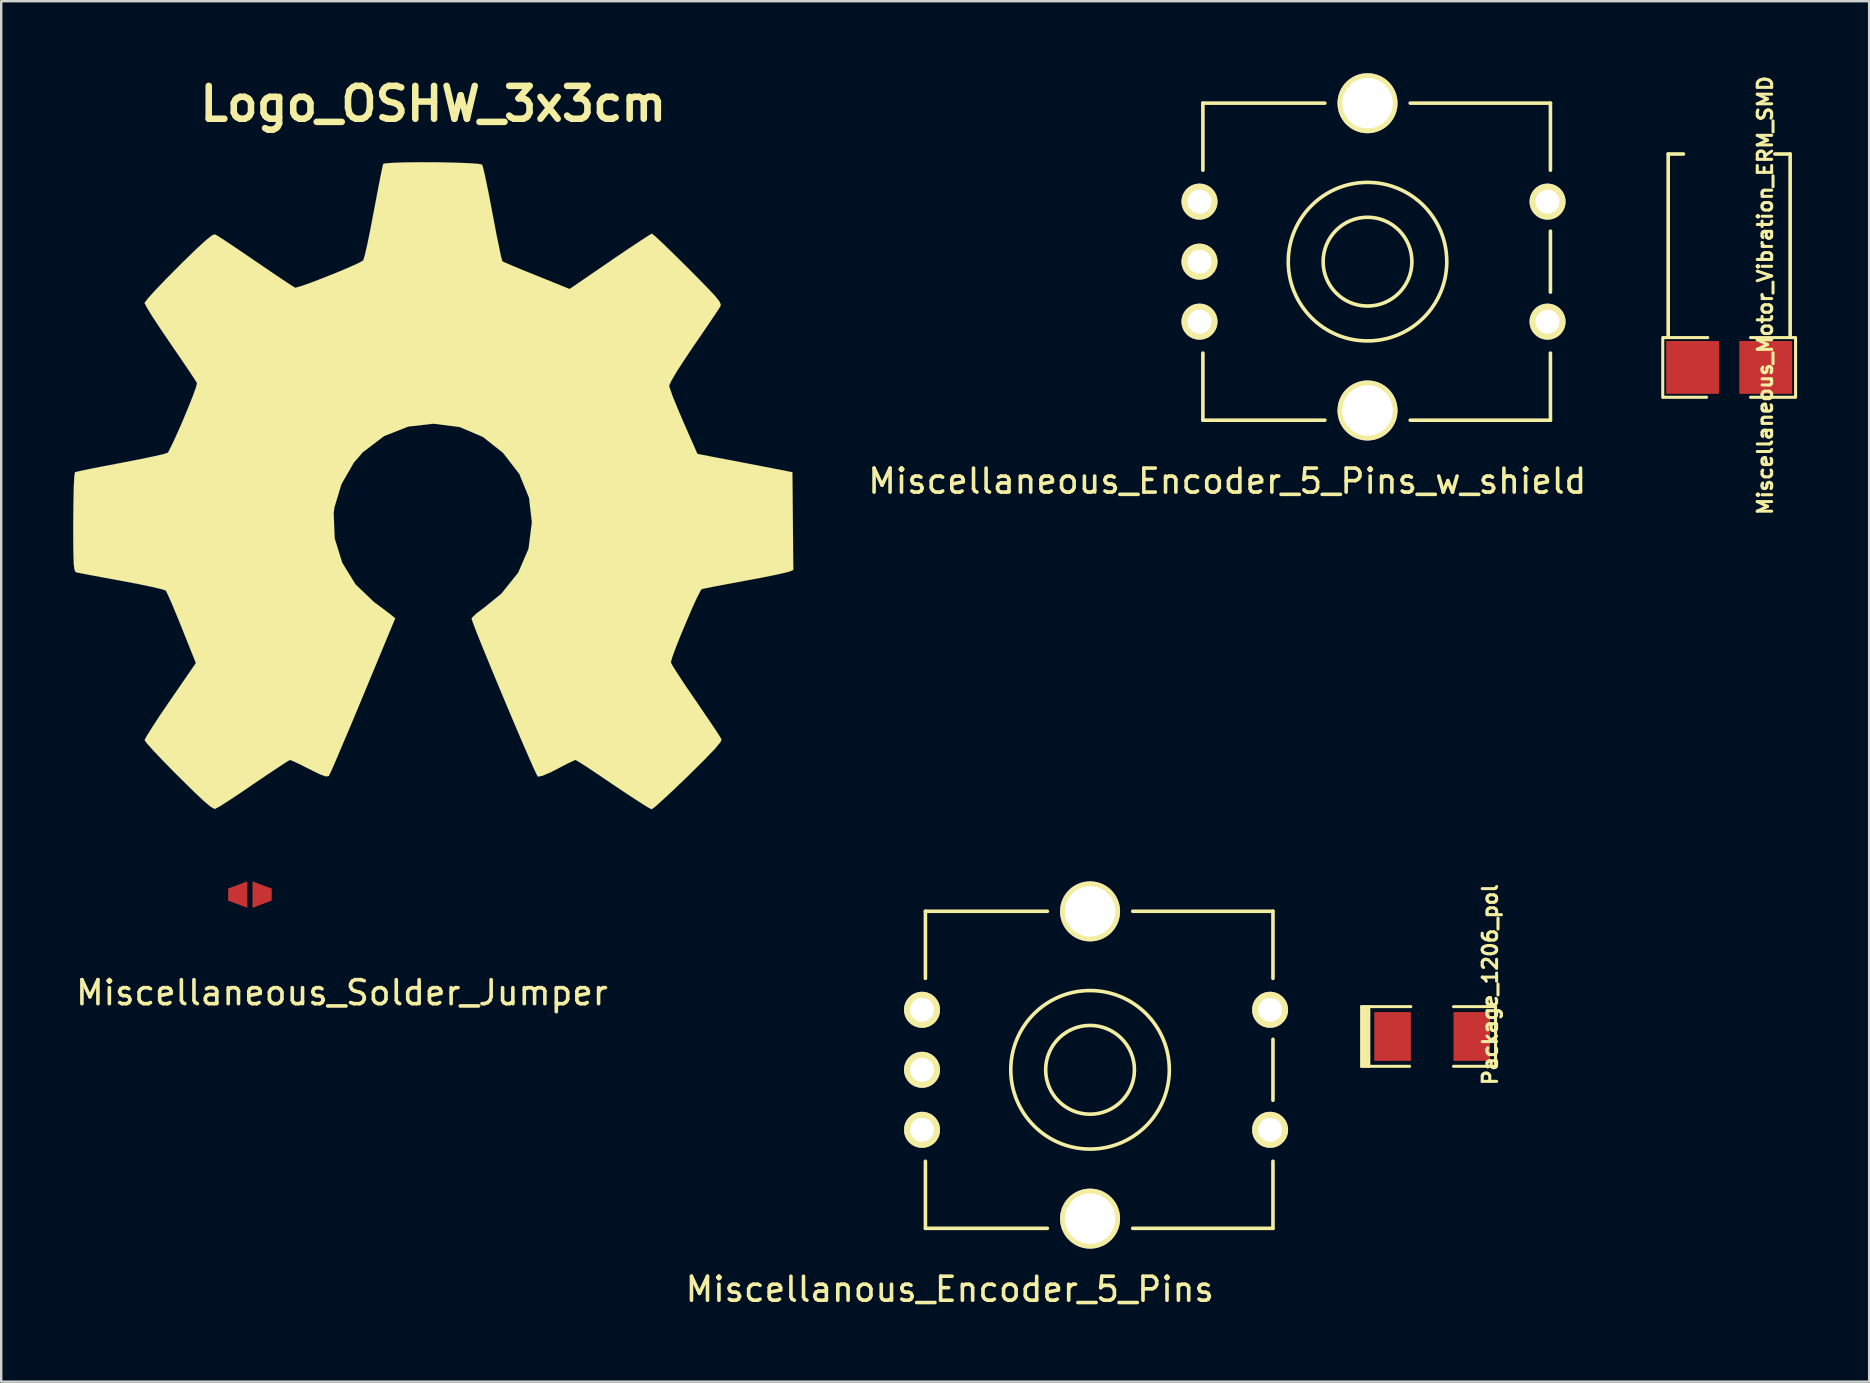
<source format=kicad_pcb>
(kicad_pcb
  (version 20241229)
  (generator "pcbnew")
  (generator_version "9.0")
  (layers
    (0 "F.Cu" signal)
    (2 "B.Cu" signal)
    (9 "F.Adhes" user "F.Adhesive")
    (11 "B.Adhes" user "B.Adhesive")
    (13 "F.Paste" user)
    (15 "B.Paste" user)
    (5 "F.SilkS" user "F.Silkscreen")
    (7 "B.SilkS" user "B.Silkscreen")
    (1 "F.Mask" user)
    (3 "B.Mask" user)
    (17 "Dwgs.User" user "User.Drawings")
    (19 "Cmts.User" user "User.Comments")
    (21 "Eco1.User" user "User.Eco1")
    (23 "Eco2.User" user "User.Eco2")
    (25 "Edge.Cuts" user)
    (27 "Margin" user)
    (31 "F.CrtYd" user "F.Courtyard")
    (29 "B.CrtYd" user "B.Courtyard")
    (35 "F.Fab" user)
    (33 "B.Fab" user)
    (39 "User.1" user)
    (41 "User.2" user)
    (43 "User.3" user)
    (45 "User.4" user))
  (footprint "Miscellaneous_Solder_Jumper"
    (layer "F.Cu")
    (at 7.361 34.217)
    (property "Reference" "Miscellaneous_Solder_Jumper" (at 3.835 4.089 0) (layer "F.SilkS") (effects (font (size 1 1) (thickness 0.15))))
    (attr through_hole)
    (pad "1" smd trapezoid (at -0.508 0) (size 0.8 0.8) (rect_delta -0.3 0) (layers "F.Cu" "F.Mask" "F.Paste"))
    (pad "2" smd trapezoid (at 0.508 0) (size 0.8 0.8) (rect_delta 0.3 0) (layers "F.Cu" "F.Mask" "F.Paste")))
  (footprint "Miscellanous_Encoder_5_Pins"
    (layer "F.Cu")
    (at 42.36 41.517)
    (property "Reference" "Miscellanous_Encoder_5_Pins" (at -5.842 9.144 0) (layer "F.SilkS") (effects (font (size 1 1) (thickness 0.15))))
    (attr through_hole)
    (fp_line (start -6.858 -6.604) (end -6.858 -3.81) (stroke (width 0.15) (type solid)) (layer "F.SilkS"))
    (fp_line (start -6.858 -6.604) (end -1.778 -6.604) (stroke (width 0.15) (type solid)) (layer "F.SilkS"))
    (fp_line (start -6.858 3.81) (end -6.858 6.604) (stroke (width 0.15) (type solid)) (layer "F.SilkS"))
    (fp_line (start -6.858 6.604) (end -1.778 6.604) (stroke (width 0.15) (type solid)) (layer "F.SilkS"))
    (fp_line (start 1.778 -6.604) (end 7.62 -6.604) (stroke (width 0.15) (type solid)) (layer "F.SilkS"))
    (fp_line (start 7.62 -6.604) (end 7.62 -3.81) (stroke (width 0.15) (type solid)) (layer "F.SilkS"))
    (fp_line (start 7.62 1.27) (end 7.62 -1.27) (stroke (width 0.15) (type solid)) (layer "F.SilkS"))
    (fp_line (start 7.62 3.81) (end 7.62 6.604) (stroke (width 0.15) (type solid)) (layer "F.SilkS"))
    (fp_line (start 7.62 6.604) (end 1.778 6.604) (stroke (width 0.15) (type solid)) (layer "F.SilkS"))
    (fp_circle (center 0 0) (end -1.27 -3.048) (stroke (width 0.15) (type solid)) (fill no) (layer "F.SilkS"))
    (fp_circle (center 0 0) (end -0.508 -1.778) (stroke (width 0.15) (type solid)) (fill no) (layer "F.SilkS"))
    (pad "" np_thru_hole circle (at 0 -6.6) (size 2.5 2.5) (drill 2.1) (layers "*.Cu" "*.Mask" "F.SilkS"))
    (pad "" np_thru_hole circle (at 0 6.2) (size 2.5 2.5) (drill 2.1) (layers "*.Cu" "*.Mask" "F.SilkS"))
    (pad "1" thru_hole circle (at -7 -2.5) (size 1.5 1.5) (drill 1) (layers "*.Cu" "*.Mask" "F.SilkS"))
    (pad "2" thru_hole circle (at -7 0) (size 1.5 1.5) (drill 1) (layers "*.Cu" "*.Mask" "F.SilkS"))
    (pad "3" thru_hole circle (at -7 2.5) (size 1.5 1.5) (drill 1) (layers "*.Cu" "*.Mask" "F.SilkS"))
    (pad "4" thru_hole circle (at 7.5 -2.5) (size 1.5 1.5) (drill 1) (layers "*.Cu" "*.Mask" "F.SilkS"))
    (pad "5" thru_hole circle (at 7.5 2.5) (size 1.5 1.5) (drill 1) (layers "*.Cu" "*.Mask" "F.SilkS")))
  (footprint "Miscellaneous_Encoder_5_Pins_w_shield"
    (layer "F.Cu")
    (at 53.919 7.85)
    (property "Reference" "Miscellaneous_Encoder_5_Pins_w_shield" (at -5.842 9.144 0) (layer "F.SilkS") (effects (font (size 1 1) (thickness 0.15))))
    (attr through_hole)
    (fp_line (start -6.858 -6.604) (end -6.858 -3.81) (stroke (width 0.15) (type solid)) (layer "F.SilkS"))
    (fp_line (start -6.858 -6.604) (end -1.778 -6.604) (stroke (width 0.15) (type solid)) (layer "F.SilkS"))
    (fp_line (start -6.858 3.81) (end -6.858 6.604) (stroke (width 0.15) (type solid)) (layer "F.SilkS"))
    (fp_line (start -6.858 6.604) (end -1.778 6.604) (stroke (width 0.15) (type solid)) (layer "F.SilkS"))
    (fp_line (start 1.778 -6.604) (end 7.62 -6.604) (stroke (width 0.15) (type solid)) (layer "F.SilkS"))
    (fp_line (start 7.62 -6.604) (end 7.62 -3.81) (stroke (width 0.15) (type solid)) (layer "F.SilkS"))
    (fp_line (start 7.62 1.27) (end 7.62 -1.27) (stroke (width 0.15) (type solid)) (layer "F.SilkS"))
    (fp_line (start 7.62 3.81) (end 7.62 6.604) (stroke (width 0.15) (type solid)) (layer "F.SilkS"))
    (fp_line (start 7.62 6.604) (end 1.778 6.604) (stroke (width 0.15) (type solid)) (layer "F.SilkS"))
    (fp_circle (center 0 0) (end -1.27 -3.048) (stroke (width 0.15) (type solid)) (fill no) (layer "F.SilkS"))
    (fp_circle (center 0 0) (end -0.508 -1.778) (stroke (width 0.15) (type solid)) (fill no) (layer "F.SilkS"))
    (pad "1" thru_hole circle (at -7 -2.5) (size 1.5 1.5) (drill 1) (layers "*.Cu" "*.Mask" "F.SilkS"))
    (pad "2" thru_hole circle (at -7 0) (size 1.5 1.5) (drill 1) (layers "*.Cu" "*.Mask" "F.SilkS"))
    (pad "3" thru_hole circle (at -7 2.5) (size 1.5 1.5) (drill 1) (layers "*.Cu" "*.Mask" "F.SilkS"))
    (pad "4" thru_hole circle (at 7.5 -2.5) (size 1.5 1.5) (drill 1) (layers "*.Cu" "*.Mask" "F.SilkS"))
    (pad "5" thru_hole circle (at 7.5 2.5) (size 1.5 1.5) (drill 1) (layers "*.Cu" "*.Mask" "F.SilkS"))
    (pad "SHLD" thru_hole circle (at 0 -6.6) (size 2.5 2.5) (drill 2.1) (layers "*.Cu" "*.Mask" "F.SilkS"))
    (pad "SHLD" thru_hole circle (at 0 6.2) (size 2.5 2.5) (drill 2.1) (layers "*.Cu" "*.Mask" "F.SilkS")))
  (footprint "Package_1206_pol"
    (layer "F.Cu")
    (at 56.613 40.128)
    (property "Reference" "Package_1206_pol" (at 2.413 -2.159 90) (layer "F.SilkS") (effects (font (size 0.6 0.6) (thickness 0.127))))
    (attr smd)
    (fp_line (start -2.94 -1.243) (end -2.94 1.243) (stroke (width 0.127) (type solid)) (layer "F.SilkS"))
    (fp_line (start -2.94 1.243) (end -0.939 1.243) (stroke (width 0.127) (type solid)) (layer "F.SilkS"))
    (fp_line (start -2.84 -1.243) (end -2.84 1.243) (stroke (width 0.127) (type solid)) (layer "F.SilkS"))
    (fp_line (start -2.74 -1.243) (end -2.74 1.243) (stroke (width 0.127) (type solid)) (layer "F.SilkS"))
    (fp_line (start -2.64 -1.243) (end -2.64 1.243) (stroke (width 0.127) (type solid)) (layer "F.SilkS"))
    (fp_line (start -0.889 -1.243) (end -2.94 -1.243) (stroke (width 0.127) (type solid)) (layer "F.SilkS"))
    (fp_line (start 0.889 -1.243) (end 2.64 -1.243) (stroke (width 0.127) (type solid)) (layer "F.SilkS"))
    (fp_line (start 2.64 -1.243) (end 2.64 1.243) (stroke (width 0.127) (type solid)) (layer "F.SilkS"))
    (fp_line (start 2.64 1.243) (end 0.889 1.243) (stroke (width 0.127) (type solid)) (layer "F.SilkS"))
    (pad "1" smd rect (at -1.651 0) (size 1.524 2.032) (layers "F.Cu" "F.Mask" "F.Paste"))
    (pad "2" smd rect (at 1.651 0) (size 1.524 2.032) (layers "F.Cu" "F.Mask" "F.Paste")))
  (footprint "Logo_OSHW_3x3cm"
    (layer "F.Cu")
    (at 15 17.188)
    (property "Reference" "Logo_OSHW_3x3cm" (at 0 -15.911 180) (layer "F.SilkS") (effects (font (size 1.369 1.369) (thickness 0.272))))
    (attr through_hole)
    (fp_poly (pts (xy 9.096 13.477) (xy 8.938 13.393) (xy 8.585 13.172) (xy 8.085 12.845) (xy 7.493 12.449) (xy 6.899 12.047) (xy 6.411 11.72) (xy 6.068 11.501) (xy 5.926 11.42) (xy 5.85 11.448) (xy 5.565 11.585) (xy 5.156 11.798) (xy 4.92 11.92) (xy 4.542 12.083) (xy 4.356 12.116) (xy 4.326 12.065) (xy 4.188 11.775) (xy 3.97 11.285) (xy 3.688 10.635) (xy 3.363 9.873) (xy 3.018 9.053) (xy 2.667 8.214) (xy 2.337 7.417) (xy 2.042 6.698) (xy 1.808 6.114) (xy 1.654 5.71) (xy 1.595 5.535) (xy 1.613 5.497) (xy 1.801 5.314) (xy 2.131 5.067) (xy 2.837 4.493) (xy 3.538 3.617) (xy 3.967 2.624) (xy 4.107 1.519) (xy 3.988 0.498) (xy 3.584 -0.493) (xy 2.901 -1.377) (xy 2.068 -2.035) (xy 1.095 -2.449) (xy 0.003 -2.586) (xy -1.046 -2.466) (xy -2.052 -2.07) (xy -2.936 -1.397) (xy -3.31 -0.965) (xy -3.825 -0.069) (xy -4.117 0.894) (xy -4.15 1.14) (xy -4.107 2.192) (xy -3.795 3.2) (xy -3.239 4.107) (xy -2.466 4.846) (xy -2.37 4.915) (xy -2.012 5.182) (xy -1.77 5.367) (xy -1.585 5.519) (xy -2.926 8.75) (xy -3.139 9.263) (xy -3.508 10.145) (xy -3.833 10.907) (xy -4.089 11.511) (xy -4.267 11.915) (xy -4.348 12.078) (xy -4.356 12.088) (xy -4.473 12.108) (xy -4.722 12.019) (xy -5.171 11.798) (xy -5.469 11.646) (xy -5.812 11.481) (xy -5.966 11.42) (xy -6.096 11.491) (xy -6.426 11.707) (xy -6.906 12.027) (xy -7.485 12.418) (xy -8.031 12.791) (xy -8.539 13.127) (xy -8.91 13.363) (xy -9.086 13.457) (xy -9.116 13.457) (xy -9.276 13.368) (xy -9.563 13.127) (xy -10.005 12.71) (xy -10.627 12.095) (xy -10.721 12.004) (xy -11.232 11.481) (xy -11.648 11.046) (xy -11.928 10.734) (xy -12.027 10.594) (xy -12.027 10.592) (xy -11.935 10.417) (xy -11.704 10.051) (xy -11.369 9.538) (xy -10.96 8.938) (xy -9.891 7.384) (xy -10.477 5.918) (xy -10.658 5.469) (xy -10.886 4.923) (xy -11.057 4.536) (xy -11.143 4.366) (xy -11.303 4.31) (xy -11.707 4.214) (xy -12.286 4.092) (xy -12.979 3.962) (xy -13.64 3.84) (xy -14.239 3.729) (xy -14.671 3.645) (xy -14.864 3.607) (xy -14.91 3.579) (xy -14.95 3.485) (xy -14.976 3.282) (xy -14.991 2.918) (xy -14.999 2.347) (xy -14.999 1.519) (xy -14.999 1.43) (xy -14.991 0.64) (xy -14.976 0.013) (xy -14.953 -0.404) (xy -14.928 -0.566) (xy -14.925 -0.566) (xy -14.74 -0.612) (xy -14.318 -0.701) (xy -13.721 -0.818) (xy -13.007 -0.953) (xy -12.964 -0.963) (xy -12.253 -1.1) (xy -11.661 -1.224) (xy -11.245 -1.318) (xy -11.069 -1.374) (xy -11.031 -1.425) (xy -10.889 -1.702) (xy -10.686 -2.141) (xy -10.45 -2.677) (xy -10.218 -3.236) (xy -10.018 -3.736) (xy -9.883 -4.11) (xy -9.842 -4.28) (xy -9.845 -4.285) (xy -9.952 -4.455) (xy -10.196 -4.821) (xy -10.541 -5.331) (xy -10.955 -5.936) (xy -10.986 -5.982) (xy -11.392 -6.581) (xy -11.725 -7.087) (xy -11.946 -7.45) (xy -12.027 -7.612) (xy -12.027 -7.623) (xy -11.89 -7.803) (xy -11.585 -8.143) (xy -11.148 -8.6) (xy -10.622 -9.129) (xy -10.457 -9.294) (xy -9.873 -9.863) (xy -9.467 -10.234) (xy -9.215 -10.434) (xy -9.096 -10.477) (xy -9.091 -10.475) (xy -8.91 -10.366) (xy -8.532 -10.119) (xy -8.016 -9.771) (xy -7.409 -9.357) (xy -7.366 -9.327) (xy -6.767 -8.92) (xy -6.266 -8.583) (xy -5.913 -8.349) (xy -5.758 -8.255) (xy -5.73 -8.255) (xy -5.486 -8.326) (xy -5.06 -8.476) (xy -4.536 -8.679) (xy -3.98 -8.9) (xy -3.477 -9.114) (xy -3.099 -9.286) (xy -2.921 -9.388) (xy -2.916 -9.395) (xy -2.852 -9.611) (xy -2.748 -10.058) (xy -2.621 -10.678) (xy -2.482 -11.412) (xy -2.459 -11.529) (xy -2.324 -12.245) (xy -2.21 -12.835) (xy -2.126 -13.244) (xy -2.085 -13.411) (xy -1.984 -13.434) (xy -1.633 -13.459) (xy -1.1 -13.475) (xy -0.455 -13.48) (xy 0.229 -13.477) (xy 0.892 -13.462) (xy 1.458 -13.442) (xy 1.862 -13.414) (xy 2.032 -13.381) (xy 2.04 -13.371) (xy 2.101 -13.15) (xy 2.2 -12.7) (xy 2.327 -12.078) (xy 2.466 -11.344) (xy 2.492 -11.212) (xy 2.626 -10.5) (xy 2.746 -9.916) (xy 2.832 -9.512) (xy 2.878 -9.355) (xy 2.941 -9.322) (xy 3.236 -9.192) (xy 3.713 -8.994) (xy 4.305 -8.755) (xy 5.679 -8.199) (xy 7.361 -9.352) (xy 7.516 -9.459) (xy 8.123 -9.87) (xy 8.621 -10.201) (xy 8.966 -10.424) (xy 9.108 -10.505) (xy 9.121 -10.5) (xy 9.289 -10.353) (xy 9.622 -10.041) (xy 10.076 -9.599) (xy 10.61 -9.07) (xy 11.001 -8.677) (xy 11.463 -8.204) (xy 11.758 -7.887) (xy 11.918 -7.684) (xy 11.976 -7.559) (xy 11.961 -7.478) (xy 11.852 -7.305) (xy 11.605 -6.937) (xy 11.257 -6.424) (xy 10.848 -5.829) (xy 10.513 -5.331) (xy 10.145 -4.765) (xy 9.909 -4.361) (xy 9.825 -4.166) (xy 9.848 -4.084) (xy 9.962 -3.754) (xy 10.165 -3.256) (xy 10.417 -2.662) (xy 11.003 -1.331) (xy 11.877 -1.161) (xy 12.405 -1.062) (xy 13.145 -0.919) (xy 13.856 -0.782) (xy 14.961 -0.566) (xy 14.999 3.503) (xy 14.829 3.576) (xy 14.666 3.619) (xy 14.254 3.711) (xy 13.67 3.828) (xy 12.979 3.957) (xy 12.39 4.067) (xy 11.798 4.178) (xy 11.374 4.262) (xy 11.186 4.303) (xy 11.138 4.366) (xy 10.988 4.653) (xy 10.78 5.108) (xy 10.544 5.657) (xy 10.305 6.228) (xy 10.097 6.751) (xy 9.952 7.15) (xy 9.896 7.358) (xy 9.98 7.513) (xy 10.201 7.864) (xy 10.528 8.359) (xy 10.932 8.948) (xy 11.333 9.538) (xy 11.674 10.041) (xy 11.913 10.404) (xy 12.009 10.569) (xy 11.961 10.681) (xy 11.725 10.965) (xy 11.28 11.427) (xy 10.62 12.08) (xy 10.513 12.184) (xy 9.985 12.69) (xy 9.543 13.099) (xy 9.233 13.376) (xy 9.096 13.477)) (stroke (width 0.003) (type solid)) (fill yes) (layer "F.SilkS")))
  (footprint "Miscellaneous_Motor_Vibration_ERM_SMD"
    (layer "F.Cu")
    (at 68.985 12.256)
    (property "Reference" "Miscellaneous_Motor_Vibration_ERM_SMD" (at 1.499 -2.997 90) (layer "F.SilkS") (effects (font (size 0.6 0.6) (thickness 0.127))))
    (attr smd)
    (fp_line (start -2.767 -1.243) (end -2.767 1.243) (stroke (width 0.127) (type solid)) (layer "F.SilkS"))
    (fp_line (start -2.74 1.243) (end -0.939 1.243) (stroke (width 0.127) (type solid)) (layer "F.SilkS"))
    (fp_line (start -2.54 -8.89) (end -2.54 -1.27) (stroke (width 0.15) (type solid)) (layer "F.SilkS"))
    (fp_line (start -1.905 -8.89) (end -2.54 -8.89) (stroke (width 0.15) (type solid)) (layer "F.SilkS"))
    (fp_line (start -0.889 -1.243) (end -2.74 -1.243) (stroke (width 0.127) (type solid)) (layer "F.SilkS"))
    (fp_line (start 0.889 -1.243) (end 2.74 -1.243) (stroke (width 0.127) (type solid)) (layer "F.SilkS"))
    (fp_line (start 1.905 -8.89) (end 2.54 -8.89) (stroke (width 0.15) (type solid)) (layer "F.SilkS"))
    (fp_line (start 2.54 -8.89) (end 2.54 -1.27) (stroke (width 0.15) (type solid)) (layer "F.SilkS"))
    (fp_line (start 2.74 1.243) (end 0.889 1.243) (stroke (width 0.127) (type solid)) (layer "F.SilkS"))
    (fp_line (start 2.767 -1.243) (end 2.767 1.243) (stroke (width 0.127) (type solid)) (layer "F.SilkS"))
    (pad "1" smd rect (at -1.524 0) (size 2.2 2.2) (layers "F.Cu" "F.Mask" "F.Paste"))
    (pad "2" smd rect (at 1.524 0) (size 2.2 2.2) (layers "F.Cu" "F.Mask" "F.Paste")))
  (gr_rect
    (start -3 -3)
    (end 74.816 54.509)
    (stroke (width 0.1) (type default))
    (fill no)
    (layer "Edge.Cuts")))
</source>
